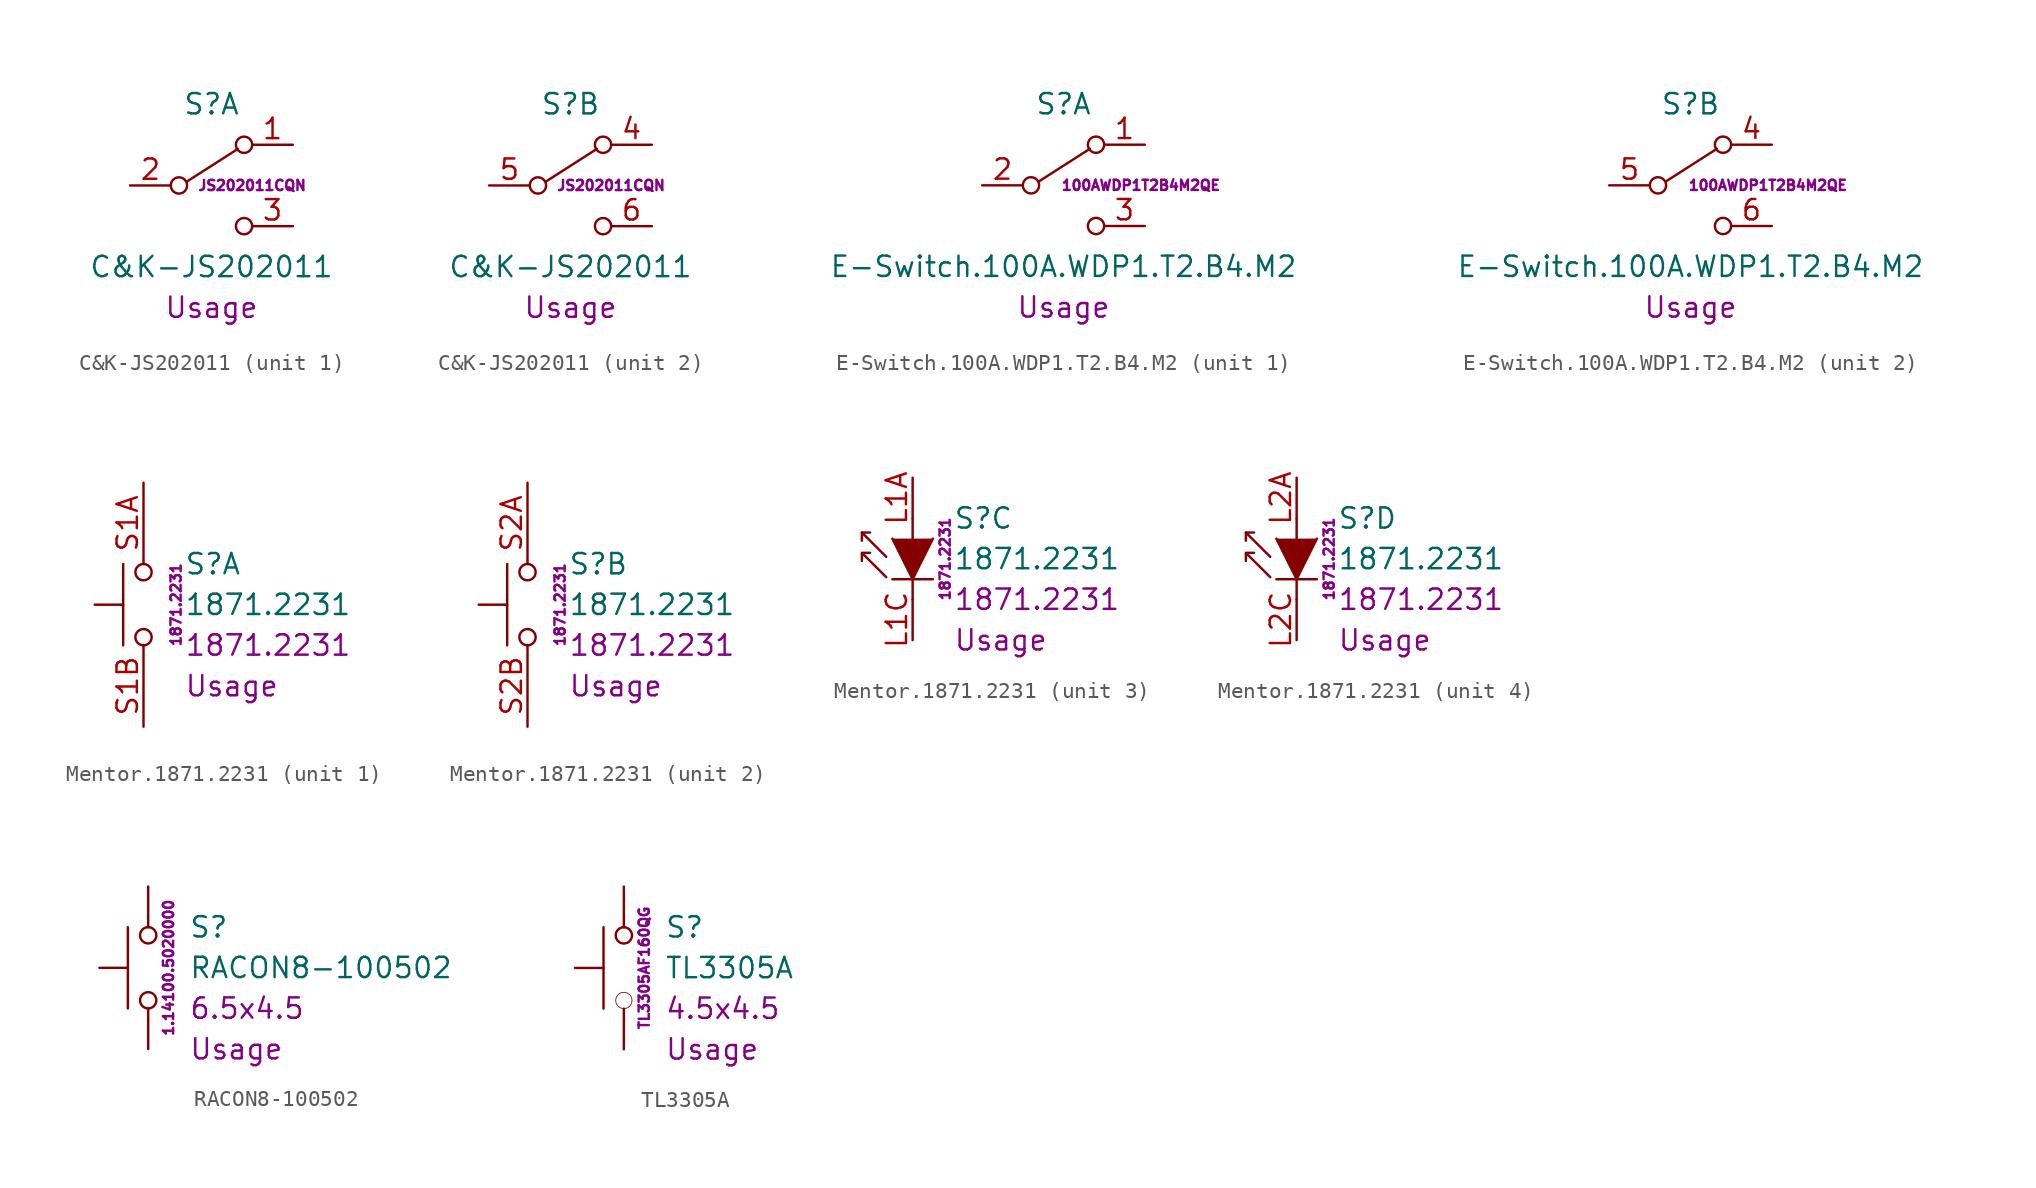
<source format=kicad_sym>
(kicad_symbol_lib
  (version 20231120)
  (generator "kicad_symbol_editor")
  (generator_version "8.0")
  (symbol "C&K-JS202011"
    (pin_names
      (offset 0) hide)
    (property "Reference" "S"
      (at 0 5.08 0)
      (effects (font (size 1.27 1.27))))
    (property "Value" "C&K-JS202011"
      (at 0 -5.08 0)
      (effects (font (size 1.27 1.27))))
    (property "Usage" "Usage"
      (at 0 -7.62 0)
      (effects (font (size 1.27 1.27))))
    (property "MPN" "JS202011CQN"
      (at 2.54 0 0)
      (effects (font (size 0.635 0.635))))
    (symbol "C&K-JS202011_0_0"
      (circle (center -2.032 0) (radius 0.508) (stroke (width 0) (type default)) (fill (type none)))
      (circle (center 2.032 -2.54) (radius 0.508) (stroke (width 0) (type default)) (fill (type none))))
    (symbol "C&K-JS202011_0_1"
      (polyline (pts (xy -1.524 0.254) (xy 1.651 2.286)) (stroke (width 0) (type default)) (fill (type none)))
      (circle (center 2.032 2.54) (radius 0.508) (stroke (width 0) (type default)) (fill (type none))))
    (symbol "C&K-JS202011_1_1"
      (pin passive line (at 5.08 2.54 180) (length 2.54) (name "A" (effects (font (size 1.27 1.27)))) (number "1" (effects (font (size 1.27 1.27)))))
      (pin passive line (at -5.08 0 0) (length 2.54) (name "B" (effects (font (size 1.27 1.27)))) (number "2" (effects (font (size 1.27 1.27)))))
      (pin passive line (at 5.08 -2.54 180) (length 2.54) (name "C" (effects (font (size 1.27 1.27)))) (number "3" (effects (font (size 1.27 1.27))))))
    (symbol "C&K-JS202011_2_1"
      (pin passive line (at 5.08 2.54 180) (length 2.54) (name "A" (effects (font (size 1.27 1.27)))) (number "4" (effects (font (size 1.27 1.27)))))
      (pin passive line (at -5.08 0 0) (length 2.54) (name "B" (effects (font (size 1.27 1.27)))) (number "5" (effects (font (size 1.27 1.27)))))
      (pin passive line (at 5.08 -2.54 180) (length 2.54) (name "C" (effects (font (size 1.27 1.27)))) (number "6" (effects (font (size 1.27 1.27)))))))
  (symbol "E-Switch.100A.WDP1.T2.B4.M2"
    (pin_names
      (offset 0) hide)
    (property "Reference" "S"
      (at 0 5.08 0)
      (effects (font (size 1.27 1.27))))
    (property "Value" "E-Switch.100A.WDP1.T2.B4.M2"
      (at 0 -5.08 0)
      (effects (font (size 1.27 1.27))))
    (property "Usage" "Usage"
      (at 0 -7.62 0)
      (effects (font (size 1.27 1.27))))
    (property "MPN" "100AWDP1T2B4M2QE "
      (at 5.08 0 0)
      (effects (font (size 0.635 0.635))))
    (symbol "E-Switch.100A.WDP1.T2.B4.M2_0_0"
      (circle (center -2.032 0) (radius 0.508) (stroke (width 0) (type default)) (fill (type none)))
      (circle (center 2.032 -2.54) (radius 0.508) (stroke (width 0) (type default)) (fill (type none))))
    (symbol "E-Switch.100A.WDP1.T2.B4.M2_0_1"
      (polyline (pts (xy -1.524 0.254) (xy 1.651 2.286)) (stroke (width 0) (type default)) (fill (type none)))
      (circle (center 2.032 2.54) (radius 0.508) (stroke (width 0) (type default)) (fill (type none))))
    (symbol "E-Switch.100A.WDP1.T2.B4.M2_1_1"
      (pin passive line (at 5.08 2.54 180) (length 2.54) (name "A" (effects (font (size 1.27 1.27)))) (number "1" (effects (font (size 1.27 1.27)))))
      (pin passive line (at -5.08 0 0) (length 2.54) (name "B" (effects (font (size 1.27 1.27)))) (number "2" (effects (font (size 1.27 1.27)))))
      (pin passive line (at 5.08 -2.54 180) (length 2.54) (name "C" (effects (font (size 1.27 1.27)))) (number "3" (effects (font (size 1.27 1.27))))))
    (symbol "E-Switch.100A.WDP1.T2.B4.M2_2_1"
      (pin passive line (at 5.08 2.54 180) (length 2.54) (name "A" (effects (font (size 1.27 1.27)))) (number "4" (effects (font (size 1.27 1.27)))))
      (pin passive line (at -5.08 0 0) (length 2.54) (name "B" (effects (font (size 1.27 1.27)))) (number "5" (effects (font (size 1.27 1.27)))))
      (pin passive line (at 5.08 -2.54 180) (length 2.54) (name "C" (effects (font (size 1.27 1.27)))) (number "6" (effects (font (size 1.27 1.27)))))))
  (symbol "Mentor.1871.2231"
    (pin_names
      (offset 1.016) hide)
    (property "Reference" "S"
      (at 2.54 2.54 0)
      (effects (font (size 1.27 1.27)) (justify left)))
    (property "Value" "1871.2231"
      (at 2.54 0 0)
      (effects (font (size 1.27 1.27)) (justify left)))
    (property "Package" "1871.2231"
      (at 2.54 -2.54 0)
      (effects (font (size 1.27 1.27)) (justify left)))
    (property "Usage" "Usage"
      (at 2.54 -5.08 0)
      (effects (font (size 1.27 1.27)) (justify left)))
    (property "MPN" "1871.2231"
      (at 2.032 0 90)
      (effects (font (size 0.635 0.635))))
    (property "ki_locked" ""
      (at 0 0 0)
      (effects (font (size 1.27 1.27))))
    (symbol "Mentor.1871.2231_1_1"
      (circle (center 0 -2.032) (radius 0.508) (stroke (width 0) (type default)) (fill (type none)))
      (polyline (pts (xy -1.27 0) (xy -3.048 0)) (stroke (width 0) (type default)) (fill (type none)))
      (polyline (pts (xy -1.27 2.54) (xy -1.27 -2.54)) (stroke (width 0) (type default)) (fill (type none)))
      (circle (center 0 2.032) (radius 0.508) (stroke (width 0) (type default)) (fill (type none)))
      (pin passive line (at 0 7.62 270) (length 5.08) (name "S1A" (effects (font (size 1.27 1.27)))) (number "S1A" (effects (font (size 1.27 1.27)))))
      (pin passive line (at 0 -7.62 90) (length 5.08) (name "S1B" (effects (font (size 1.27 1.27)))) (number "S1B" (effects (font (size 1.27 1.27))))))
    (symbol "Mentor.1871.2231_2_1"
      (circle (center 0 -2.032) (radius 0.508) (stroke (width 0) (type default)) (fill (type none)))
      (polyline (pts (xy -1.27 0) (xy -3.048 0)) (stroke (width 0) (type default)) (fill (type none)))
      (polyline (pts (xy -1.27 2.54) (xy -1.27 -2.54)) (stroke (width 0) (type default)) (fill (type none)))
      (circle (center 0 2.032) (radius 0.508) (stroke (width 0) (type default)) (fill (type none)))
      (pin passive line (at 0 7.62 270) (length 5.08) (name "S2A" (effects (font (size 1.27 1.27)))) (number "S2A" (effects (font (size 1.27 1.27)))))
      (pin passive line (at 0 -7.62 90) (length 5.08) (name "S2B" (effects (font (size 1.27 1.27)))) (number "S2B" (effects (font (size 1.27 1.27))))))
    (symbol "Mentor.1871.2231_3_1"
      (polyline (pts (xy -3.175 1.651) (xy -3.175 1.143)) (stroke (width 0) (type default)) (fill (type none)))
      (polyline (pts (xy -1.27 -1.27) (xy 1.27 -1.27)) (stroke (width 0.152) (type default)) (fill (type none)))
      (polyline (pts (xy 0 -2.54) (xy 0 -1.27)) (stroke (width 0) (type default)) (fill (type none)))
      (polyline (pts (xy 0 1.27) (xy 0 2.54)) (stroke (width 0) (type default)) (fill (type none)))
      (polyline (pts (xy -1.651 0.127) (xy -3.175 1.651) (xy -2.667 1.651)) (stroke (width 0) (type default)) (fill (type none)))
      (polyline (pts (xy -1.27 1.27) (xy 0 -1.27) (xy 1.27 1.27)) (stroke (width 0) (type default)) (fill (type outline)))
      (polyline (pts (xy -1.651 -1.143) (xy -3.175 0.381) (xy -2.667 0.381) (xy -3.175 0.381) (xy -3.175 -0.127)) (stroke (width 0) (type default)) (fill (type none)))
      (pin passive line (at 0 5.08 270) (length 2.54) (name "L1A" (effects (font (size 1.27 1.27)))) (number "L1A" (effects (font (size 1.27 1.27)))))
      (pin passive line (at 0 -5.08 90) (length 2.54) (name "L1C" (effects (font (size 1.27 1.27)))) (number "L1C" (effects (font (size 1.27 1.27))))))
    (symbol "Mentor.1871.2231_4_1"
      (polyline (pts (xy -3.175 1.651) (xy -3.175 1.143)) (stroke (width 0) (type default)) (fill (type none)))
      (polyline (pts (xy -1.27 -1.27) (xy 1.27 -1.27)) (stroke (width 0.152) (type default)) (fill (type none)))
      (polyline (pts (xy 0 -2.54) (xy 0 -1.27)) (stroke (width 0) (type default)) (fill (type none)))
      (polyline (pts (xy 0 1.27) (xy 0 2.54)) (stroke (width 0) (type default)) (fill (type none)))
      (polyline (pts (xy -1.651 0.127) (xy -3.175 1.651) (xy -2.667 1.651)) (stroke (width 0) (type default)) (fill (type none)))
      (polyline (pts (xy -1.27 1.27) (xy 0 -1.27) (xy 1.27 1.27)) (stroke (width 0) (type default)) (fill (type outline)))
      (polyline (pts (xy -1.651 -1.143) (xy -3.175 0.381) (xy -2.667 0.381) (xy -3.175 0.381) (xy -3.175 -0.127)) (stroke (width 0) (type default)) (fill (type none)))
      (pin passive line (at 0 5.08 270) (length 2.54) (name "L2A" (effects (font (size 1.27 1.27)))) (number "L2A" (effects (font (size 1.27 1.27)))))
      (pin passive line (at 0 -5.08 90) (length 2.54) (name "L2C" (effects (font (size 1.27 1.27)))) (number "L2C" (effects (font (size 1.27 1.27)))))))
  (symbol "RACON8-100502"
    (pin_numbers hide)
    (pin_names
      (offset 1.016) hide)
    (property "Reference" "S"
      (at 2.54 2.54 0)
      (effects (font (size 1.27 1.27)) (justify left)))
    (property "Value" "RACON8-100502"
      (at 2.54 0 0)
      (effects (font (size 1.27 1.27)) (justify left)))
    (property "Package" "6.5x4.5"
      (at 2.54 -2.54 0)
      (effects (font (size 1.27 1.27)) (justify left)))
    (property "Usage" "Usage"
      (at 2.54 -5.08 0)
      (effects (font (size 1.27 1.27)) (justify left)))
    (property "MPN" "1.14100.5020000"
      (at 1.27 0 90)
      (effects (font (size 0.635 0.635))))
    (symbol "RACON8-100502_0_1"
      (circle (center 0 -2.032) (radius 0.508) (stroke (width 0) (type default)) (fill (type none)))
      (polyline (pts (xy -1.27 0) (xy -3.048 0)) (stroke (width 0) (type default)) (fill (type none)))
      (polyline (pts (xy -1.27 2.54) (xy -1.27 -2.54)) (stroke (width 0) (type default)) (fill (type none)))
      (circle (center 0 2.032) (radius 0.508) (stroke (width 0) (type default)) (fill (type none)))
      (pin passive line (at 0 -5.08 90) (length 2.54) (name "1" (effects (font (size 1.27 1.27)))) (number "1" (effects (font (size 1.27 1.27)))))
      (pin passive line (at 0 5.08 270) (length 2.54) (name "2" (effects (font (size 1.27 1.27)))) (number "2" (effects (font (size 1.27 1.27)))))))
  (symbol "TL3305A"
    (pin_numbers hide)
    (pin_names
      (offset 1.016) hide)
    (property "Reference" "S"
      (at 2.54 2.54 0)
      (effects (font (size 1.27 1.27)) (justify left)))
    (property "Value" "TL3305A"
      (at 2.54 0 0)
      (effects (font (size 1.27 1.27)) (justify left)))
    (property "Package" "4.5x4.5"
      (at 2.54 -2.54 0)
      (effects (font (size 1.27 1.27)) (justify left)))
    (property "Usage" "Usage"
      (at 2.54 -5.08 0)
      (effects (font (size 1.27 1.27)) (justify left)))
    (property "MPN" "TL3305AF160QG"
      (at 1.27 0 90)
      (effects (font (size 0.635 0.635))))
    (symbol "TL3305A_0_1"
      (circle (center 0 -2.032) (radius 0.508) (stroke (width 0.051) (type default)) (fill (type none)))
      (polyline (pts (xy -1.27 0) (xy -3.048 0)) (stroke (width 0) (type default)) (fill (type none)))
      (polyline (pts (xy -1.27 2.54) (xy -1.27 -2.54)) (stroke (width 0) (type default)) (fill (type none)))
      (circle (center 0 2.032) (radius 0.508) (stroke (width 0) (type default)) (fill (type none)))
      (pin passive line (at 0 5.08 270) (length 2.54) (name "1" (effects (font (size 1.27 1.27)))) (number "1" (effects (font (size 1.27 1.27)))))
      (pin passive line (at 0 -5.08 90) (length 2.54) (name "2" (effects (font (size 1.27 1.27)))) (number "2" (effects (font (size 1.27 1.27))))))))
</source>
